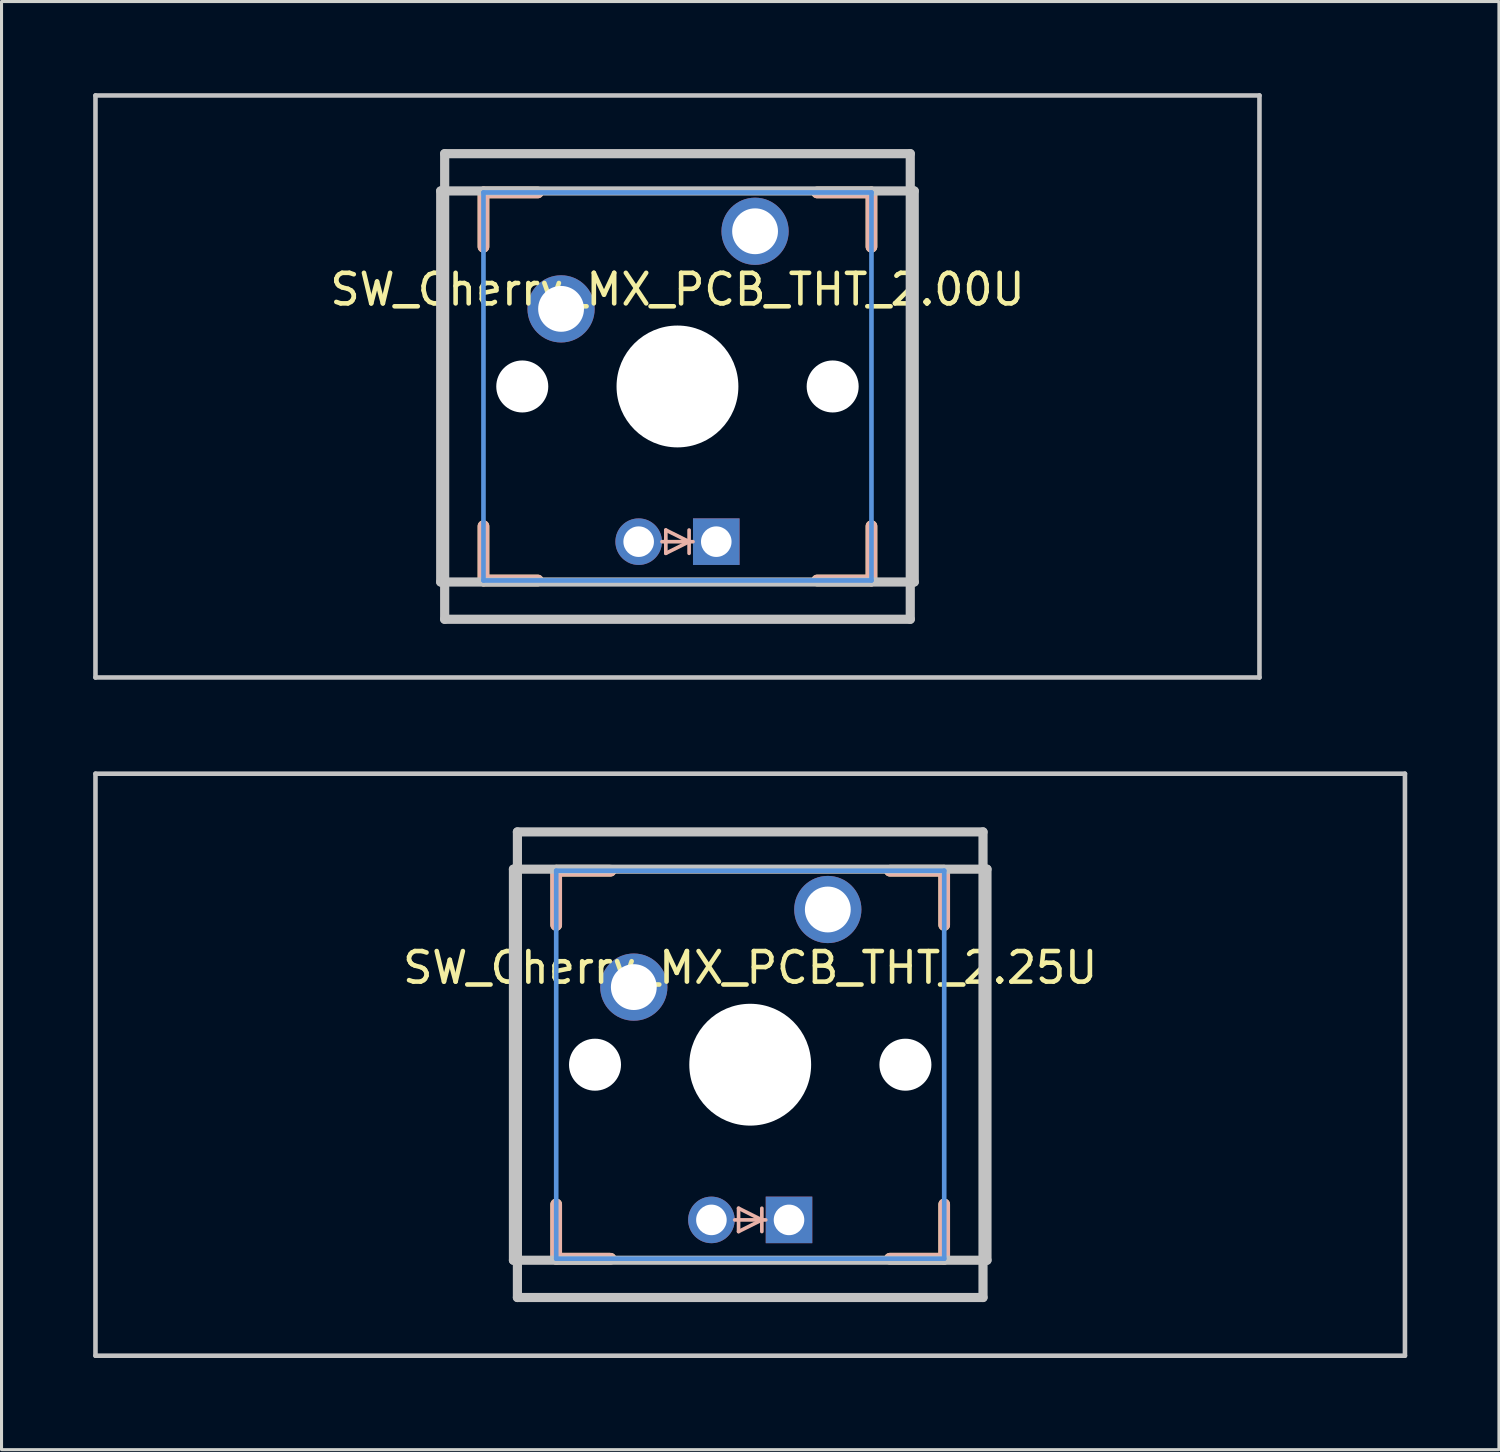
<source format=kicad_pcb>
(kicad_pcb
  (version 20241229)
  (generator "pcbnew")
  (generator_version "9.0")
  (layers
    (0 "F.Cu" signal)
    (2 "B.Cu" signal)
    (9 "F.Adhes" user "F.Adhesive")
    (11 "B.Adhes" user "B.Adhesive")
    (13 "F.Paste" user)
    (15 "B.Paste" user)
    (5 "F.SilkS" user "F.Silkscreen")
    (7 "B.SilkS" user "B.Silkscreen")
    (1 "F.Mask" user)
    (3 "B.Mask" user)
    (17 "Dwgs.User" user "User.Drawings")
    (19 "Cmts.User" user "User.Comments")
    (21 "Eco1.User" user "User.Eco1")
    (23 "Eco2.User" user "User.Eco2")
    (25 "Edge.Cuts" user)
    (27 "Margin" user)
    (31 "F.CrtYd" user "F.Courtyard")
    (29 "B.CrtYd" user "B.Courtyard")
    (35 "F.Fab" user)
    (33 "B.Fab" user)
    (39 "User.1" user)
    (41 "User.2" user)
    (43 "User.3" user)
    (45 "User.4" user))
  (footprint "SW_Cherry_MX_PCB_THT_2.00U"
    (layer "F.Cu")
    (at 19.125 9.6)
    (property "Reference" "SW_Cherry_MX_PCB_THT_2.00U" (at 0 -3.175 0) (layer "F.SilkS") (effects (font (size 1 1) (thickness 0.15))))
    (attr exclude_from_pos_files exclude_from_bom)
    (fp_line (start -6.35 -6.35) (end -4.572 -6.35) (stroke (width 0.381) (type solid)) (layer "F.SilkS"))
    (fp_line (start -6.35 -4.572) (end -6.35 -6.35) (stroke (width 0.381) (type solid)) (layer "F.SilkS"))
    (fp_line (start -6.35 6.35) (end -6.35 4.572) (stroke (width 0.381) (type solid)) (layer "F.SilkS"))
    (fp_line (start -4.572 6.35) (end -6.35 6.35) (stroke (width 0.381) (type solid)) (layer "F.SilkS"))
    (fp_line (start 4.572 -6.35) (end 6.35 -6.35) (stroke (width 0.381) (type solid)) (layer "F.SilkS"))
    (fp_line (start 6.35 -6.35) (end 6.35 -4.572) (stroke (width 0.381) (type solid)) (layer "F.SilkS"))
    (fp_line (start 6.35 4.572) (end 6.35 6.35) (stroke (width 0.381) (type solid)) (layer "F.SilkS"))
    (fp_line (start 6.35 6.35) (end 4.572 6.35) (stroke (width 0.381) (type solid)) (layer "F.SilkS"))
    (fp_line (start -6.35 -6.35) (end -6.35 -4.572) (stroke (width 0.381) (type solid)) (layer "B.SilkS"))
    (fp_line (start -6.35 4.572) (end -6.35 6.35) (stroke (width 0.381) (type solid)) (layer "B.SilkS"))
    (fp_line (start -6.35 6.35) (end -4.572 6.35) (stroke (width 0.381) (type solid)) (layer "B.SilkS"))
    (fp_line (start -4.572 -6.35) (end -6.35 -6.35) (stroke (width 0.381) (type solid)) (layer "B.SilkS"))
    (fp_line (start -0.381 4.699) (end 0.381 5.08) (stroke (width 0.12) (type solid)) (layer "B.SilkS"))
    (fp_line (start -0.381 5.461) (end -0.381 4.699) (stroke (width 0.12) (type solid)) (layer "B.SilkS"))
    (fp_line (start -0.381 5.461) (end 0.381 5.08) (stroke (width 0.12) (type solid)) (layer "B.SilkS"))
    (fp_line (start 0.381 5.461) (end 0.381 4.699) (stroke (width 0.12) (type solid)) (layer "B.SilkS"))
    (fp_line (start 0.508 5.08) (end -0.508 5.08) (stroke (width 0.12) (type solid)) (layer "B.SilkS"))
    (fp_line (start 4.572 6.35) (end 6.35 6.35) (stroke (width 0.381) (type solid)) (layer "B.SilkS"))
    (fp_line (start 6.35 -6.35) (end 4.572 -6.35) (stroke (width 0.381) (type solid)) (layer "B.SilkS"))
    (fp_line (start 6.35 -4.572) (end 6.35 -6.35) (stroke (width 0.381) (type solid)) (layer "B.SilkS"))
    (fp_line (start 6.35 6.35) (end 6.35 4.572) (stroke (width 0.381) (type solid)) (layer "B.SilkS"))
    (fp_line (start -19.05 -9.525) (end 19.05 -9.525) (stroke (width 0.15) (type solid)) (layer "Dwgs.User"))
    (fp_line (start -19.05 9.525) (end -19.05 -9.525) (stroke (width 0.15) (type solid)) (layer "Dwgs.User"))
    (fp_line (start -7.75 6.4) (end -7.75 -6.4) (stroke (width 0.3) (type solid)) (layer "Dwgs.User"))
    (fp_line (start -7.75 6.4) (end 7.75 6.4) (stroke (width 0.3) (type solid)) (layer "Dwgs.User"))
    (fp_line (start -7.62 -7.62) (end 7.62 -7.62) (stroke (width 0.3) (type solid)) (layer "Dwgs.User"))
    (fp_line (start -7.62 7.62) (end -7.62 -7.62) (stroke (width 0.3) (type solid)) (layer "Dwgs.User"))
    (fp_line (start 7.62 -7.62) (end 7.62 7.62) (stroke (width 0.3) (type solid)) (layer "Dwgs.User"))
    (fp_line (start 7.62 7.62) (end -7.62 7.62) (stroke (width 0.3) (type solid)) (layer "Dwgs.User"))
    (fp_line (start 7.75 -6.4) (end -7.75 -6.4) (stroke (width 0.3) (type solid)) (layer "Dwgs.User"))
    (fp_line (start 7.75 6.4) (end 7.75 -6.4) (stroke (width 0.3) (type solid)) (layer "Dwgs.User"))
    (fp_line (start 19.05 -9.525) (end 19.05 9.525) (stroke (width 0.15) (type solid)) (layer "Dwgs.User"))
    (fp_line (start 19.05 9.525) (end -19.05 9.525) (stroke (width 0.15) (type solid)) (layer "Dwgs.User"))
    (fp_line (start -6.35 -6.35) (end 6.35 -6.35) (stroke (width 0.152) (type solid)) (layer "Cmts.User"))
    (fp_line (start -6.35 6.35) (end -6.35 -6.35) (stroke (width 0.152) (type solid)) (layer "Cmts.User"))
    (fp_line (start 6.35 -6.35) (end 6.35 6.35) (stroke (width 0.152) (type solid)) (layer "Cmts.User"))
    (fp_line (start 6.35 6.35) (end -6.35 6.35) (stroke (width 0.152) (type solid)) (layer "Cmts.User"))
    (fp_line (start -6.985 -6.985) (end 6.985 -6.985) (stroke (width 0.152) (type solid)) (layer "Eco2.User"))
    (fp_line (start -6.985 6.985) (end -6.985 -6.985) (stroke (width 0.152) (type solid)) (layer "Eco2.User"))
    (fp_line (start 6.985 -6.985) (end 6.985 6.985) (stroke (width 0.152) (type solid)) (layer "Eco2.User"))
    (fp_line (start 6.985 6.985) (end -6.985 6.985) (stroke (width 0.152) (type solid)) (layer "Eco2.User"))
    (pad "" np_thru_hole circle (at -5.08 0) (size 1.702 1.702) (drill 1.702) (layers "*.Cu" "*.Mask"))
    (pad "" np_thru_hole circle (at 0 0) (size 3.988 3.988) (drill 3.988) (layers "*.Cu" "*.Mask"))
    (pad "" np_thru_hole circle (at 5.08 0) (size 1.702 1.702) (drill 1.702) (layers "*.Cu" "*.Mask"))
    (pad "1" thru_hole circle (at -3.81 -2.54) (size 2.2 2.2) (drill 1.5) (layers "*.Cu" "*.Mask"))
    (pad "2" thru_hole circle (at 2.54 -5.08) (size 2.2 2.2) (drill 1.5) (layers "*.Cu" "*.Mask"))
    (pad "3" thru_hole rect (at 1.27 5.08 180) (size 1.524 1.524) (drill 1) (layers "*.Cu" "*.Mask"))
    (pad "4" thru_hole circle (at -1.27 5.08 180) (size 1.524 1.524) (drill 1) (layers "*.Cu" "*.Mask")))
  (footprint "SW_Cherry_MX_PCB_THT_2.25U"
    (layer "F.Cu")
    (at 21.506 31.8)
    (property "Reference" "SW_Cherry_MX_PCB_THT_2.25U" (at 0 -3.175 0) (layer "F.SilkS") (effects (font (size 1 1) (thickness 0.15))))
    (attr exclude_from_pos_files exclude_from_bom)
    (fp_line (start -6.35 -6.35) (end -4.572 -6.35) (stroke (width 0.381) (type solid)) (layer "F.SilkS"))
    (fp_line (start -6.35 -4.572) (end -6.35 -6.35) (stroke (width 0.381) (type solid)) (layer "F.SilkS"))
    (fp_line (start -6.35 6.35) (end -6.35 4.572) (stroke (width 0.381) (type solid)) (layer "F.SilkS"))
    (fp_line (start -4.572 6.35) (end -6.35 6.35) (stroke (width 0.381) (type solid)) (layer "F.SilkS"))
    (fp_line (start 4.572 -6.35) (end 6.35 -6.35) (stroke (width 0.381) (type solid)) (layer "F.SilkS"))
    (fp_line (start 6.35 -6.35) (end 6.35 -4.572) (stroke (width 0.381) (type solid)) (layer "F.SilkS"))
    (fp_line (start 6.35 4.572) (end 6.35 6.35) (stroke (width 0.381) (type solid)) (layer "F.SilkS"))
    (fp_line (start 6.35 6.35) (end 4.572 6.35) (stroke (width 0.381) (type solid)) (layer "F.SilkS"))
    (fp_line (start -6.35 -6.35) (end -6.35 -4.572) (stroke (width 0.381) (type solid)) (layer "B.SilkS"))
    (fp_line (start -6.35 4.572) (end -6.35 6.35) (stroke (width 0.381) (type solid)) (layer "B.SilkS"))
    (fp_line (start -6.35 6.35) (end -4.572 6.35) (stroke (width 0.381) (type solid)) (layer "B.SilkS"))
    (fp_line (start -4.572 -6.35) (end -6.35 -6.35) (stroke (width 0.381) (type solid)) (layer "B.SilkS"))
    (fp_line (start -0.381 4.699) (end 0.381 5.08) (stroke (width 0.12) (type solid)) (layer "B.SilkS"))
    (fp_line (start -0.381 5.461) (end -0.381 4.699) (stroke (width 0.12) (type solid)) (layer "B.SilkS"))
    (fp_line (start -0.381 5.461) (end 0.381 5.08) (stroke (width 0.12) (type solid)) (layer "B.SilkS"))
    (fp_line (start 0.381 5.461) (end 0.381 4.699) (stroke (width 0.12) (type solid)) (layer "B.SilkS"))
    (fp_line (start 0.508 5.08) (end -0.508 5.08) (stroke (width 0.12) (type solid)) (layer "B.SilkS"))
    (fp_line (start 4.572 6.35) (end 6.35 6.35) (stroke (width 0.381) (type solid)) (layer "B.SilkS"))
    (fp_line (start 6.35 -6.35) (end 4.572 -6.35) (stroke (width 0.381) (type solid)) (layer "B.SilkS"))
    (fp_line (start 6.35 -4.572) (end 6.35 -6.35) (stroke (width 0.381) (type solid)) (layer "B.SilkS"))
    (fp_line (start 6.35 6.35) (end 6.35 4.572) (stroke (width 0.381) (type solid)) (layer "B.SilkS"))
    (fp_line (start -21.431 -9.525) (end 21.431 -9.525) (stroke (width 0.15) (type solid)) (layer "Dwgs.User"))
    (fp_line (start -21.431 9.525) (end -21.431 -9.525) (stroke (width 0.15) (type solid)) (layer "Dwgs.User"))
    (fp_line (start -7.75 6.4) (end -7.75 -6.4) (stroke (width 0.3) (type solid)) (layer "Dwgs.User"))
    (fp_line (start -7.75 6.4) (end 7.75 6.4) (stroke (width 0.3) (type solid)) (layer "Dwgs.User"))
    (fp_line (start -7.62 -7.62) (end 7.62 -7.62) (stroke (width 0.3) (type solid)) (layer "Dwgs.User"))
    (fp_line (start -7.62 7.62) (end -7.62 -7.62) (stroke (width 0.3) (type solid)) (layer "Dwgs.User"))
    (fp_line (start 7.62 -7.62) (end 7.62 7.62) (stroke (width 0.3) (type solid)) (layer "Dwgs.User"))
    (fp_line (start 7.62 7.62) (end -7.62 7.62) (stroke (width 0.3) (type solid)) (layer "Dwgs.User"))
    (fp_line (start 7.75 -6.4) (end -7.75 -6.4) (stroke (width 0.3) (type solid)) (layer "Dwgs.User"))
    (fp_line (start 7.75 6.4) (end 7.75 -6.4) (stroke (width 0.3) (type solid)) (layer "Dwgs.User"))
    (fp_line (start 21.431 -9.525) (end 21.431 9.525) (stroke (width 0.15) (type solid)) (layer "Dwgs.User"))
    (fp_line (start 21.431 9.525) (end -21.431 9.525) (stroke (width 0.15) (type solid)) (layer "Dwgs.User"))
    (fp_line (start -6.35 -6.35) (end 6.35 -6.35) (stroke (width 0.152) (type solid)) (layer "Cmts.User"))
    (fp_line (start -6.35 6.35) (end -6.35 -6.35) (stroke (width 0.152) (type solid)) (layer "Cmts.User"))
    (fp_line (start 6.35 -6.35) (end 6.35 6.35) (stroke (width 0.152) (type solid)) (layer "Cmts.User"))
    (fp_line (start 6.35 6.35) (end -6.35 6.35) (stroke (width 0.152) (type solid)) (layer "Cmts.User"))
    (fp_line (start -6.985 -6.985) (end 6.985 -6.985) (stroke (width 0.152) (type solid)) (layer "Eco2.User"))
    (fp_line (start -6.985 6.985) (end -6.985 -6.985) (stroke (width 0.152) (type solid)) (layer "Eco2.User"))
    (fp_line (start 6.985 -6.985) (end 6.985 6.985) (stroke (width 0.152) (type solid)) (layer "Eco2.User"))
    (fp_line (start 6.985 6.985) (end -6.985 6.985) (stroke (width 0.152) (type solid)) (layer "Eco2.User"))
    (pad "" np_thru_hole circle (at -5.08 0) (size 1.702 1.702) (drill 1.702) (layers "*.Cu" "*.Mask"))
    (pad "" np_thru_hole circle (at 0 0) (size 3.988 3.988) (drill 3.988) (layers "*.Cu" "*.Mask"))
    (pad "" np_thru_hole circle (at 5.08 0) (size 1.702 1.702) (drill 1.702) (layers "*.Cu" "*.Mask"))
    (pad "1" thru_hole circle (at -3.81 -2.54) (size 2.2 2.2) (drill 1.5) (layers "*.Cu" "*.Mask"))
    (pad "2" thru_hole circle (at 2.54 -5.08) (size 2.2 2.2) (drill 1.5) (layers "*.Cu" "*.Mask"))
    (pad "3" thru_hole rect (at 1.27 5.08 180) (size 1.524 1.524) (drill 1) (layers "*.Cu" "*.Mask"))
    (pad "4" thru_hole circle (at -1.27 5.08 180) (size 1.524 1.524) (drill 1) (layers "*.Cu" "*.Mask")))
  (gr_rect
    (start -3 -3)
    (end 46.013 44.4)
    (stroke (width 0.1) (type default))
    (fill no)
    (layer "Edge.Cuts")))
</source>
